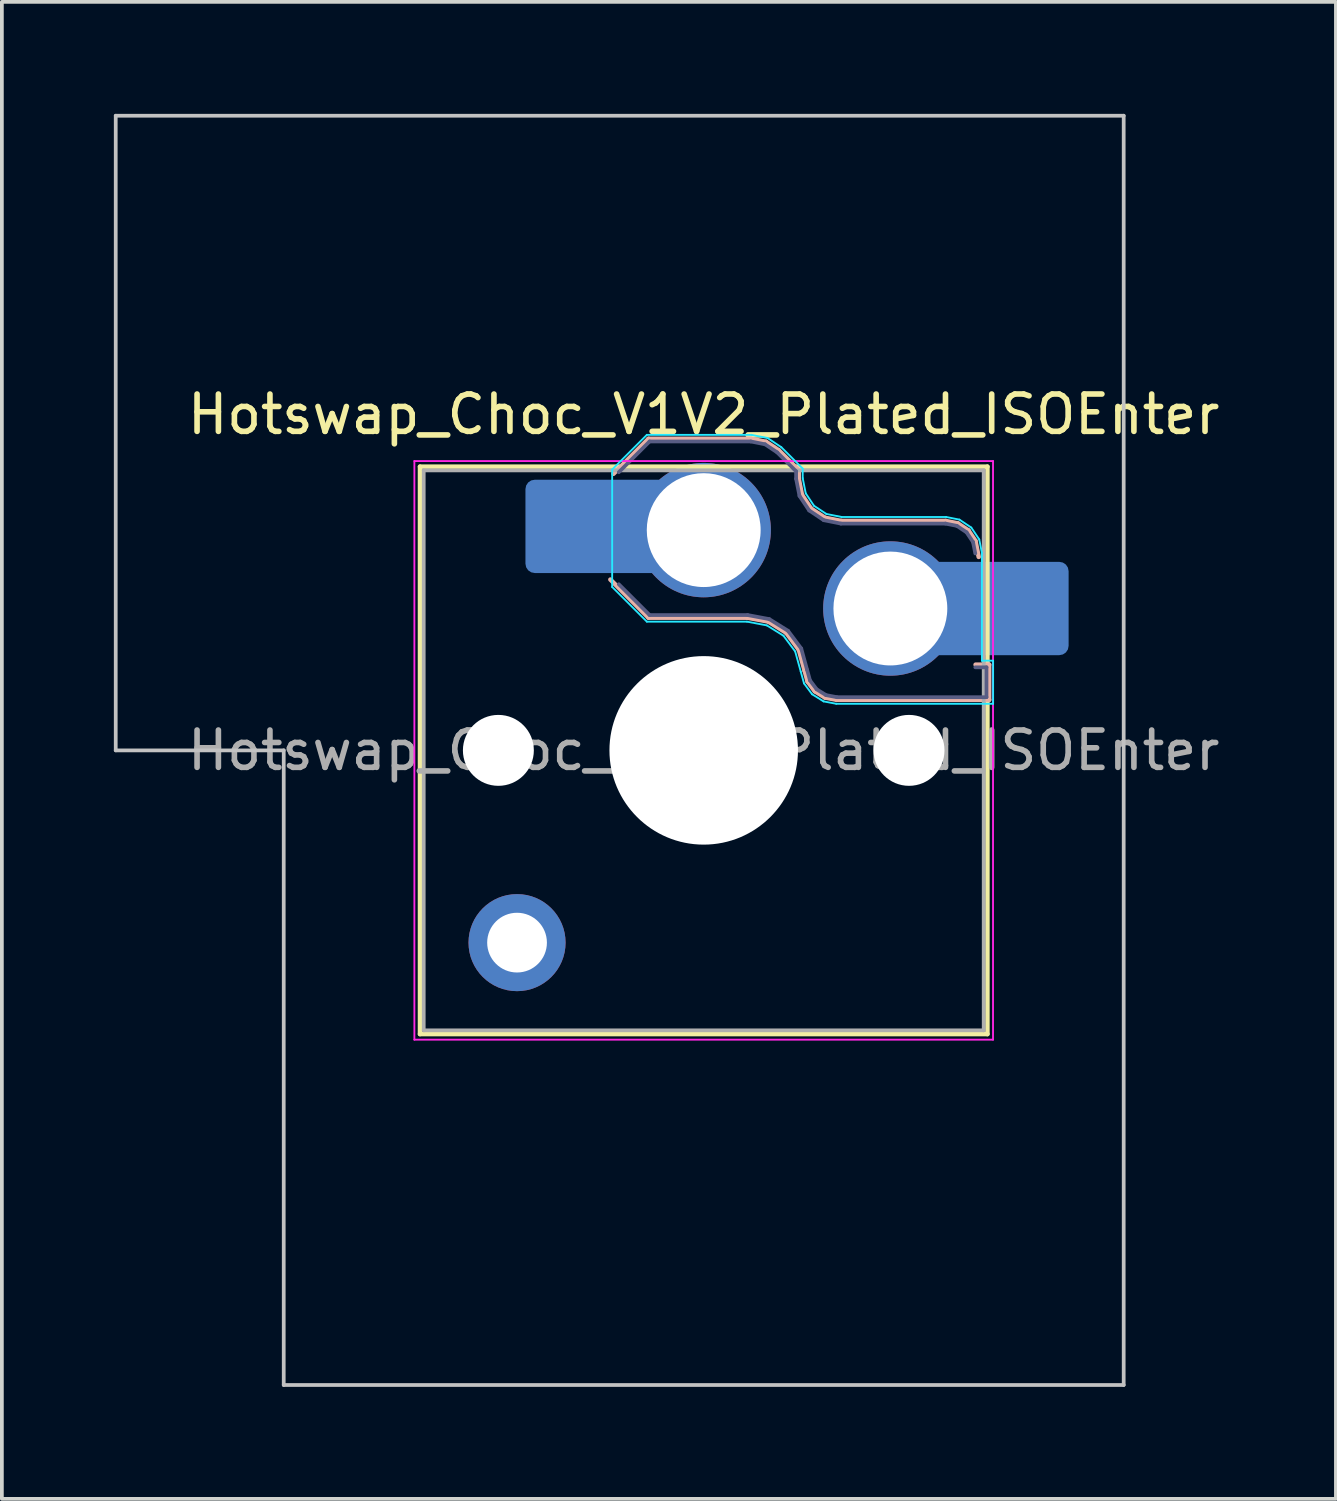
<source format=kicad_pcb>
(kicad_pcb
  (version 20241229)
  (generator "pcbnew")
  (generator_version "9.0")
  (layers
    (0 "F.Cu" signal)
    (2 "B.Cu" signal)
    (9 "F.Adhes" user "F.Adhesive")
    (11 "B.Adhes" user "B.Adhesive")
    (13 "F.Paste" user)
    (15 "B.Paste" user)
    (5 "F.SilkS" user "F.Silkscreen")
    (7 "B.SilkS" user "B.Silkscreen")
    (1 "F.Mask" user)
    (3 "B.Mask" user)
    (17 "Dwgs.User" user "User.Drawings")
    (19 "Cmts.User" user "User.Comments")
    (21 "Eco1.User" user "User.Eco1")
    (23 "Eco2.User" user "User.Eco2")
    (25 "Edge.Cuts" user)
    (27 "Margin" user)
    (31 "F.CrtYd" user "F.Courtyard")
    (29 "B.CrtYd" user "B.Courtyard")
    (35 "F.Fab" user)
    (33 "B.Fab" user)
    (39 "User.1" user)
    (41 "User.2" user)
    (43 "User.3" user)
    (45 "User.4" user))
  (footprint "Hotswap_Choc_V1V2_Plated_ISOEnter"
    (layer "F.Cu")
    (at 15.8 17.05)
    (property "Reference" "Hotswap_Choc_V1V2_Plated_ISOEnter" (at 0 -9 0) (layer "F.SilkS") (effects (font (size 1 1) (thickness 0.15))))
    (attr smd allow_soldermask_bridges)
    (fp_line (start -7.6 -7.6) (end -7.6 7.6) (stroke (width 0.12) (type solid)) (layer "F.SilkS"))
    (fp_line (start -7.6 7.6) (end 7.6 7.6) (stroke (width 0.12) (type solid)) (layer "F.SilkS"))
    (fp_line (start 7.6 -7.6) (end -7.6 -7.6) (stroke (width 0.12) (type solid)) (layer "F.SilkS"))
    (fp_line (start 7.6 7.6) (end 7.6 -7.6) (stroke (width 0.12) (type solid)) (layer "F.SilkS"))
    (fp_line (start -2.416 -7.409) (end -1.479 -8.346) (stroke (width 0.12) (type solid)) (layer "B.SilkS"))
    (fp_line (start -1.479 -8.346) (end 1.268 -8.346) (stroke (width 0.12) (type solid)) (layer "B.SilkS"))
    (fp_line (start -1.479 -3.554) (end -2.5 -4.575) (stroke (width 0.12) (type solid)) (layer "B.SilkS"))
    (fp_line (start 1.168 -3.554) (end -1.479 -3.554) (stroke (width 0.12) (type solid)) (layer "B.SilkS"))
    (fp_line (start 1.268 -8.346) (end 1.671 -8.266) (stroke (width 0.12) (type solid)) (layer "B.SilkS"))
    (fp_line (start 1.671 -8.266) (end 2.013 -8.037) (stroke (width 0.12) (type solid)) (layer "B.SilkS"))
    (fp_line (start 1.73 -3.449) (end 1.168 -3.554) (stroke (width 0.12) (type solid)) (layer "B.SilkS"))
    (fp_line (start 2.013 -8.037) (end 2.546 -7.504) (stroke (width 0.12) (type solid)) (layer "B.SilkS"))
    (fp_line (start 2.209 -3.15) (end 1.73 -3.449) (stroke (width 0.12) (type solid)) (layer "B.SilkS"))
    (fp_line (start 2.546 -7.504) (end 2.546 -7.282) (stroke (width 0.12) (type solid)) (layer "B.SilkS"))
    (fp_line (start 2.546 -7.282) (end 2.633 -6.844) (stroke (width 0.12) (type solid)) (layer "B.SilkS"))
    (fp_line (start 2.547 -2.697) (end 2.209 -3.15) (stroke (width 0.12) (type solid)) (layer "B.SilkS"))
    (fp_line (start 2.633 -6.844) (end 2.877 -6.477) (stroke (width 0.12) (type solid)) (layer "B.SilkS"))
    (fp_line (start 2.701 -2.139) (end 2.547 -2.697) (stroke (width 0.12) (type solid)) (layer "B.SilkS"))
    (fp_line (start 2.783 -1.841) (end 2.701 -2.139) (stroke (width 0.12) (type solid)) (layer "B.SilkS"))
    (fp_line (start 2.877 -6.477) (end 3.244 -6.233) (stroke (width 0.12) (type solid)) (layer "B.SilkS"))
    (fp_line (start 2.976 -1.583) (end 2.783 -1.841) (stroke (width 0.12) (type solid)) (layer "B.SilkS"))
    (fp_line (start 3.244 -6.233) (end 3.682 -6.146) (stroke (width 0.12) (type solid)) (layer "B.SilkS"))
    (fp_line (start 3.25 -1.413) (end 2.976 -1.583) (stroke (width 0.12) (type solid)) (layer "B.SilkS"))
    (fp_line (start 3.56 -1.354) (end 3.25 -1.413) (stroke (width 0.12) (type solid)) (layer "B.SilkS"))
    (fp_line (start 3.682 -6.146) (end 6.482 -6.146) (stroke (width 0.12) (type solid)) (layer "B.SilkS"))
    (fp_line (start 6.482 -6.146) (end 6.809 -6.081) (stroke (width 0.12) (type solid)) (layer "B.SilkS"))
    (fp_line (start 6.809 -6.081) (end 7.092 -5.892) (stroke (width 0.12) (type solid)) (layer "B.SilkS"))
    (fp_line (start 7.092 -5.892) (end 7.281 -5.609) (stroke (width 0.12) (type solid)) (layer "B.SilkS"))
    (fp_line (start 7.281 -5.609) (end 7.366 -5.182) (stroke (width 0.12) (type solid)) (layer "B.SilkS"))
    (fp_line (start 7.283 -2.296) (end 7.646 -2.296) (stroke (width 0.12) (type solid)) (layer "B.SilkS"))
    (fp_line (start 7.646 -2.296) (end 7.646 -1.354) (stroke (width 0.12) (type solid)) (layer "B.SilkS"))
    (fp_line (start 7.646 -1.354) (end 3.56 -1.354) (stroke (width 0.12) (type solid)) (layer "B.SilkS"))
    (fp_line (start -15.75 -17) (end -15.75 0) (stroke (width 0.1) (type solid)) (layer "Dwgs.User"))
    (fp_line (start -15.75 0) (end -11.25 0) (stroke (width 0.1) (type solid)) (layer "Dwgs.User"))
    (fp_line (start -11.25 0) (end -11.25 17) (stroke (width 0.1) (type solid)) (layer "Dwgs.User"))
    (fp_line (start -11.25 17) (end 11.25 17) (stroke (width 0.1) (type solid)) (layer "Dwgs.User"))
    (fp_line (start 11.25 -17) (end -15.75 -17) (stroke (width 0.1) (type solid)) (layer "Dwgs.User"))
    (fp_line (start 11.25 17) (end 11.25 -17) (stroke (width 0.1) (type solid)) (layer "Dwgs.User"))
    (fp_line (start -7.25 -7.25) (end -7.25 7.25) (stroke (width 0.1) (type solid)) (layer "Eco1.User"))
    (fp_line (start -7.25 7.25) (end 7.25 7.25) (stroke (width 0.1) (type solid)) (layer "Eco1.User"))
    (fp_line (start 7.25 -7.25) (end -7.25 -7.25) (stroke (width 0.1) (type solid)) (layer "Eco1.User"))
    (fp_line (start 7.25 7.25) (end 7.25 -7.25) (stroke (width 0.1) (type solid)) (layer "Eco1.User"))
    (fp_line (start -2.452 -7.523) (end -1.523 -8.452) (stroke (width 0.05) (type solid)) (layer "B.CrtYd"))
    (fp_line (start -2.452 -4.377) (end -2.452 -7.523) (stroke (width 0.05) (type solid)) (layer "B.CrtYd"))
    (fp_line (start -1.523 -8.452) (end 1.278 -8.452) (stroke (width 0.05) (type solid)) (layer "B.CrtYd"))
    (fp_line (start -1.523 -3.448) (end -2.452 -4.377) (stroke (width 0.05) (type solid)) (layer "B.CrtYd"))
    (fp_line (start 1.159 -3.448) (end -1.523 -3.448) (stroke (width 0.05) (type solid)) (layer "B.CrtYd"))
    (fp_line (start 1.278 -8.452) (end 1.712 -8.366) (stroke (width 0.05) (type solid)) (layer "B.CrtYd"))
    (fp_line (start 1.691 -3.348) (end 1.159 -3.448) (stroke (width 0.05) (type solid)) (layer "B.CrtYd"))
    (fp_line (start 1.712 -8.366) (end 2.081 -8.119) (stroke (width 0.05) (type solid)) (layer "B.CrtYd"))
    (fp_line (start 2.081 -8.119) (end 2.652 -7.548) (stroke (width 0.05) (type solid)) (layer "B.CrtYd"))
    (fp_line (start 2.136 -3.071) (end 1.691 -3.348) (stroke (width 0.05) (type solid)) (layer "B.CrtYd"))
    (fp_line (start 2.45 -2.65) (end 2.136 -3.071) (stroke (width 0.05) (type solid)) (layer "B.CrtYd"))
    (fp_line (start 2.599 -2.111) (end 2.45 -2.65) (stroke (width 0.05) (type solid)) (layer "B.CrtYd"))
    (fp_line (start 2.652 -7.548) (end 2.652 -7.292) (stroke (width 0.05) (type solid)) (layer "B.CrtYd"))
    (fp_line (start 2.652 -7.292) (end 2.733 -6.885) (stroke (width 0.05) (type solid)) (layer "B.CrtYd"))
    (fp_line (start 2.687 -1.794) (end 2.599 -2.111) (stroke (width 0.05) (type solid)) (layer "B.CrtYd"))
    (fp_line (start 2.733 -6.885) (end 2.953 -6.553) (stroke (width 0.05) (type solid)) (layer "B.CrtYd"))
    (fp_line (start 2.903 -1.503) (end 2.687 -1.794) (stroke (width 0.05) (type solid)) (layer "B.CrtYd"))
    (fp_line (start 2.953 -6.553) (end 3.285 -6.333) (stroke (width 0.05) (type solid)) (layer "B.CrtYd"))
    (fp_line (start 3.211 -1.312) (end 2.903 -1.503) (stroke (width 0.05) (type solid)) (layer "B.CrtYd"))
    (fp_line (start 3.285 -6.333) (end 3.692 -6.252) (stroke (width 0.05) (type solid)) (layer "B.CrtYd"))
    (fp_line (start 3.55 -1.248) (end 3.211 -1.312) (stroke (width 0.05) (type solid)) (layer "B.CrtYd"))
    (fp_line (start 3.692 -6.252) (end 6.492 -6.252) (stroke (width 0.05) (type solid)) (layer "B.CrtYd"))
    (fp_line (start 6.492 -6.252) (end 6.85 -6.181) (stroke (width 0.05) (type solid)) (layer "B.CrtYd"))
    (fp_line (start 6.85 -6.181) (end 7.168 -5.968) (stroke (width 0.05) (type solid)) (layer "B.CrtYd"))
    (fp_line (start 7.168 -5.968) (end 7.381 -5.65) (stroke (width 0.05) (type solid)) (layer "B.CrtYd"))
    (fp_line (start 7.381 -5.65) (end 7.452 -5.292) (stroke (width 0.05) (type solid)) (layer "B.CrtYd"))
    (fp_line (start 7.452 -5.292) (end 7.452 -2.402) (stroke (width 0.05) (type solid)) (layer "B.CrtYd"))
    (fp_line (start 7.452 -2.402) (end 7.752 -2.402) (stroke (width 0.05) (type solid)) (layer "B.CrtYd"))
    (fp_line (start 7.752 -2.402) (end 7.752 -1.248) (stroke (width 0.05) (type solid)) (layer "B.CrtYd"))
    (fp_line (start 7.752 -1.248) (end 3.55 -1.248) (stroke (width 0.05) (type solid)) (layer "B.CrtYd"))
    (fp_line (start -7.75 -7.75) (end -7.75 7.75) (stroke (width 0.05) (type solid)) (layer "F.CrtYd"))
    (fp_line (start -7.75 7.75) (end 7.75 7.75) (stroke (width 0.05) (type solid)) (layer "F.CrtYd"))
    (fp_line (start 7.75 -7.75) (end -7.75 -7.75) (stroke (width 0.05) (type solid)) (layer "F.CrtYd"))
    (fp_line (start 7.75 7.75) (end 7.75 -7.75) (stroke (width 0.05) (type solid)) (layer "F.CrtYd"))
    (fp_line (start -2.275 -7.45) (end -1.45 -8.275) (stroke (width 0.1) (type solid)) (layer "B.Fab"))
    (fp_line (start -1.45 -8.275) (end 1.261 -8.275) (stroke (width 0.1) (type solid)) (layer "B.Fab"))
    (fp_line (start -1.45 -3.625) (end -2.275 -4.45) (stroke (width 0.1) (type solid)) (layer "B.Fab"))
    (fp_line (start 1.175 -3.625) (end -1.45 -3.625) (stroke (width 0.1) (type solid)) (layer "B.Fab"))
    (fp_line (start 1.261 -8.275) (end 1.643 -8.199) (stroke (width 0.1) (type solid)) (layer "B.Fab"))
    (fp_line (start 1.643 -8.199) (end 1.968 -7.982) (stroke (width 0.1) (type solid)) (layer "B.Fab"))
    (fp_line (start 1.756 -3.516) (end 1.175 -3.625) (stroke (width 0.1) (type solid)) (layer "B.Fab"))
    (fp_line (start 1.968 -7.982) (end 2.475 -7.475) (stroke (width 0.1) (type solid)) (layer "B.Fab"))
    (fp_line (start 2.258 -3.203) (end 1.756 -3.516) (stroke (width 0.1) (type solid)) (layer "B.Fab"))
    (fp_line (start 2.475 -7.475) (end 2.475 -7.275) (stroke (width 0.1) (type solid)) (layer "B.Fab"))
    (fp_line (start 2.475 -7.275) (end 2.566 -6.816) (stroke (width 0.1) (type solid)) (layer "B.Fab"))
    (fp_line (start 2.566 -6.816) (end 2.826 -6.426) (stroke (width 0.1) (type solid)) (layer "B.Fab"))
    (fp_line (start 2.612 -2.729) (end 2.258 -3.203) (stroke (width 0.1) (type solid)) (layer "B.Fab"))
    (fp_line (start 2.769 -2.158) (end 2.612 -2.729) (stroke (width 0.1) (type solid)) (layer "B.Fab"))
    (fp_line (start 2.826 -6.426) (end 3.216 -6.166) (stroke (width 0.1) (type solid)) (layer "B.Fab"))
    (fp_line (start 2.848 -1.873) (end 2.769 -2.158) (stroke (width 0.1) (type solid)) (layer "B.Fab"))
    (fp_line (start 3.025 -1.636) (end 2.848 -1.873) (stroke (width 0.1) (type solid)) (layer "B.Fab"))
    (fp_line (start 3.216 -6.166) (end 3.675 -6.075) (stroke (width 0.1) (type solid)) (layer "B.Fab"))
    (fp_line (start 3.276 -1.48) (end 3.025 -1.636) (stroke (width 0.1) (type solid)) (layer "B.Fab"))
    (fp_line (start 3.567 -1.425) (end 3.276 -1.48) (stroke (width 0.1) (type solid)) (layer "B.Fab"))
    (fp_line (start 3.675 -6.075) (end 6.475 -6.075) (stroke (width 0.1) (type solid)) (layer "B.Fab"))
    (fp_line (start 6.475 -6.075) (end 6.781 -6.014) (stroke (width 0.1) (type solid)) (layer "B.Fab"))
    (fp_line (start 6.781 -6.014) (end 7.041 -5.841) (stroke (width 0.1) (type solid)) (layer "B.Fab"))
    (fp_line (start 7.041 -5.841) (end 7.214 -5.581) (stroke (width 0.1) (type solid)) (layer "B.Fab"))
    (fp_line (start 7.214 -5.581) (end 7.275 -5.275) (stroke (width 0.1) (type solid)) (layer "B.Fab"))
    (fp_line (start 7.275 -2.225) (end 7.575 -2.225) (stroke (width 0.1) (type solid)) (layer "B.Fab"))
    (fp_line (start 7.575 -2.225) (end 7.575 -1.425) (stroke (width 0.1) (type solid)) (layer "B.Fab"))
    (fp_line (start 7.575 -1.425) (end 3.567 -1.425) (stroke (width 0.1) (type solid)) (layer "B.Fab"))
    (fp_line (start -7.5 -7.5) (end -7.5 7.5) (stroke (width 0.1) (type solid)) (layer "F.Fab"))
    (fp_line (start -7.5 7.5) (end 7.5 7.5) (stroke (width 0.1) (type solid)) (layer "F.Fab"))
    (fp_line (start 7.5 -7.5) (end -7.5 -7.5) (stroke (width 0.1) (type solid)) (layer "F.Fab"))
    (fp_line (start 7.5 7.5) (end 7.5 -7.5) (stroke (width 0.1) (type solid)) (layer "F.Fab"))
    (fp_text user "${REFERENCE}" (at 0 0 0) (layer "F.Fab") (effects (font (size 1 1) (thickness 0.15))))
    (pad "" np_thru_hole circle (at -5.5 0) (size 1.9 1.9) (drill 1.9) (layers "*.Cu" "*.Mask"))
    (pad "" thru_hole circle (at -5 5.15) (size 2.6 2.6) (drill 1.6) (layers "*.Cu" "*.Mask"))
    (pad "" smd roundrect (at -3.5 -6) (size 2.55 2.5) (layers "B.Mask" "B.Paste") (roundrect_rratio 0.1))
    (pad "" np_thru_hole circle (at 0 0) (size 5.05 5.05) (drill 5.05) (layers "*.Cu" "*.Mask"))
    (pad "" np_thru_hole circle (at 5.5 0) (size 1.9 1.9) (drill 1.9) (layers "*.Cu" "*.Mask"))
    (pad "" smd roundrect (at 8.5 -3.8) (size 2.55 2.5) (layers "B.Mask" "B.Paste") (roundrect_rratio 0.1))
    (pad "1" smd roundrect (at -2.85 -6) (size 3.85 2.5) (layers "B.Cu") (roundrect_rratio 0.1))
    (pad "1" thru_hole circle (at 0 -5.9) (size 3.6 3.6) (drill 3.05) (layers "*.Cu" "*.Mask"))
    (pad "2" thru_hole circle (at 5 -3.8) (size 3.6 3.6) (drill 3.05) (layers "*.Cu" "*.Mask"))
    (pad "2" smd roundrect (at 7.85 -3.8) (size 3.85 2.5) (layers "B.Cu") (roundrect_rratio 0.1)))
  (gr_rect
    (start -3 -3)
    (end 32.735 37.1)
    (stroke (width 0.1) (type default))
    (fill no)
    (layer "Edge.Cuts")))
</source>
